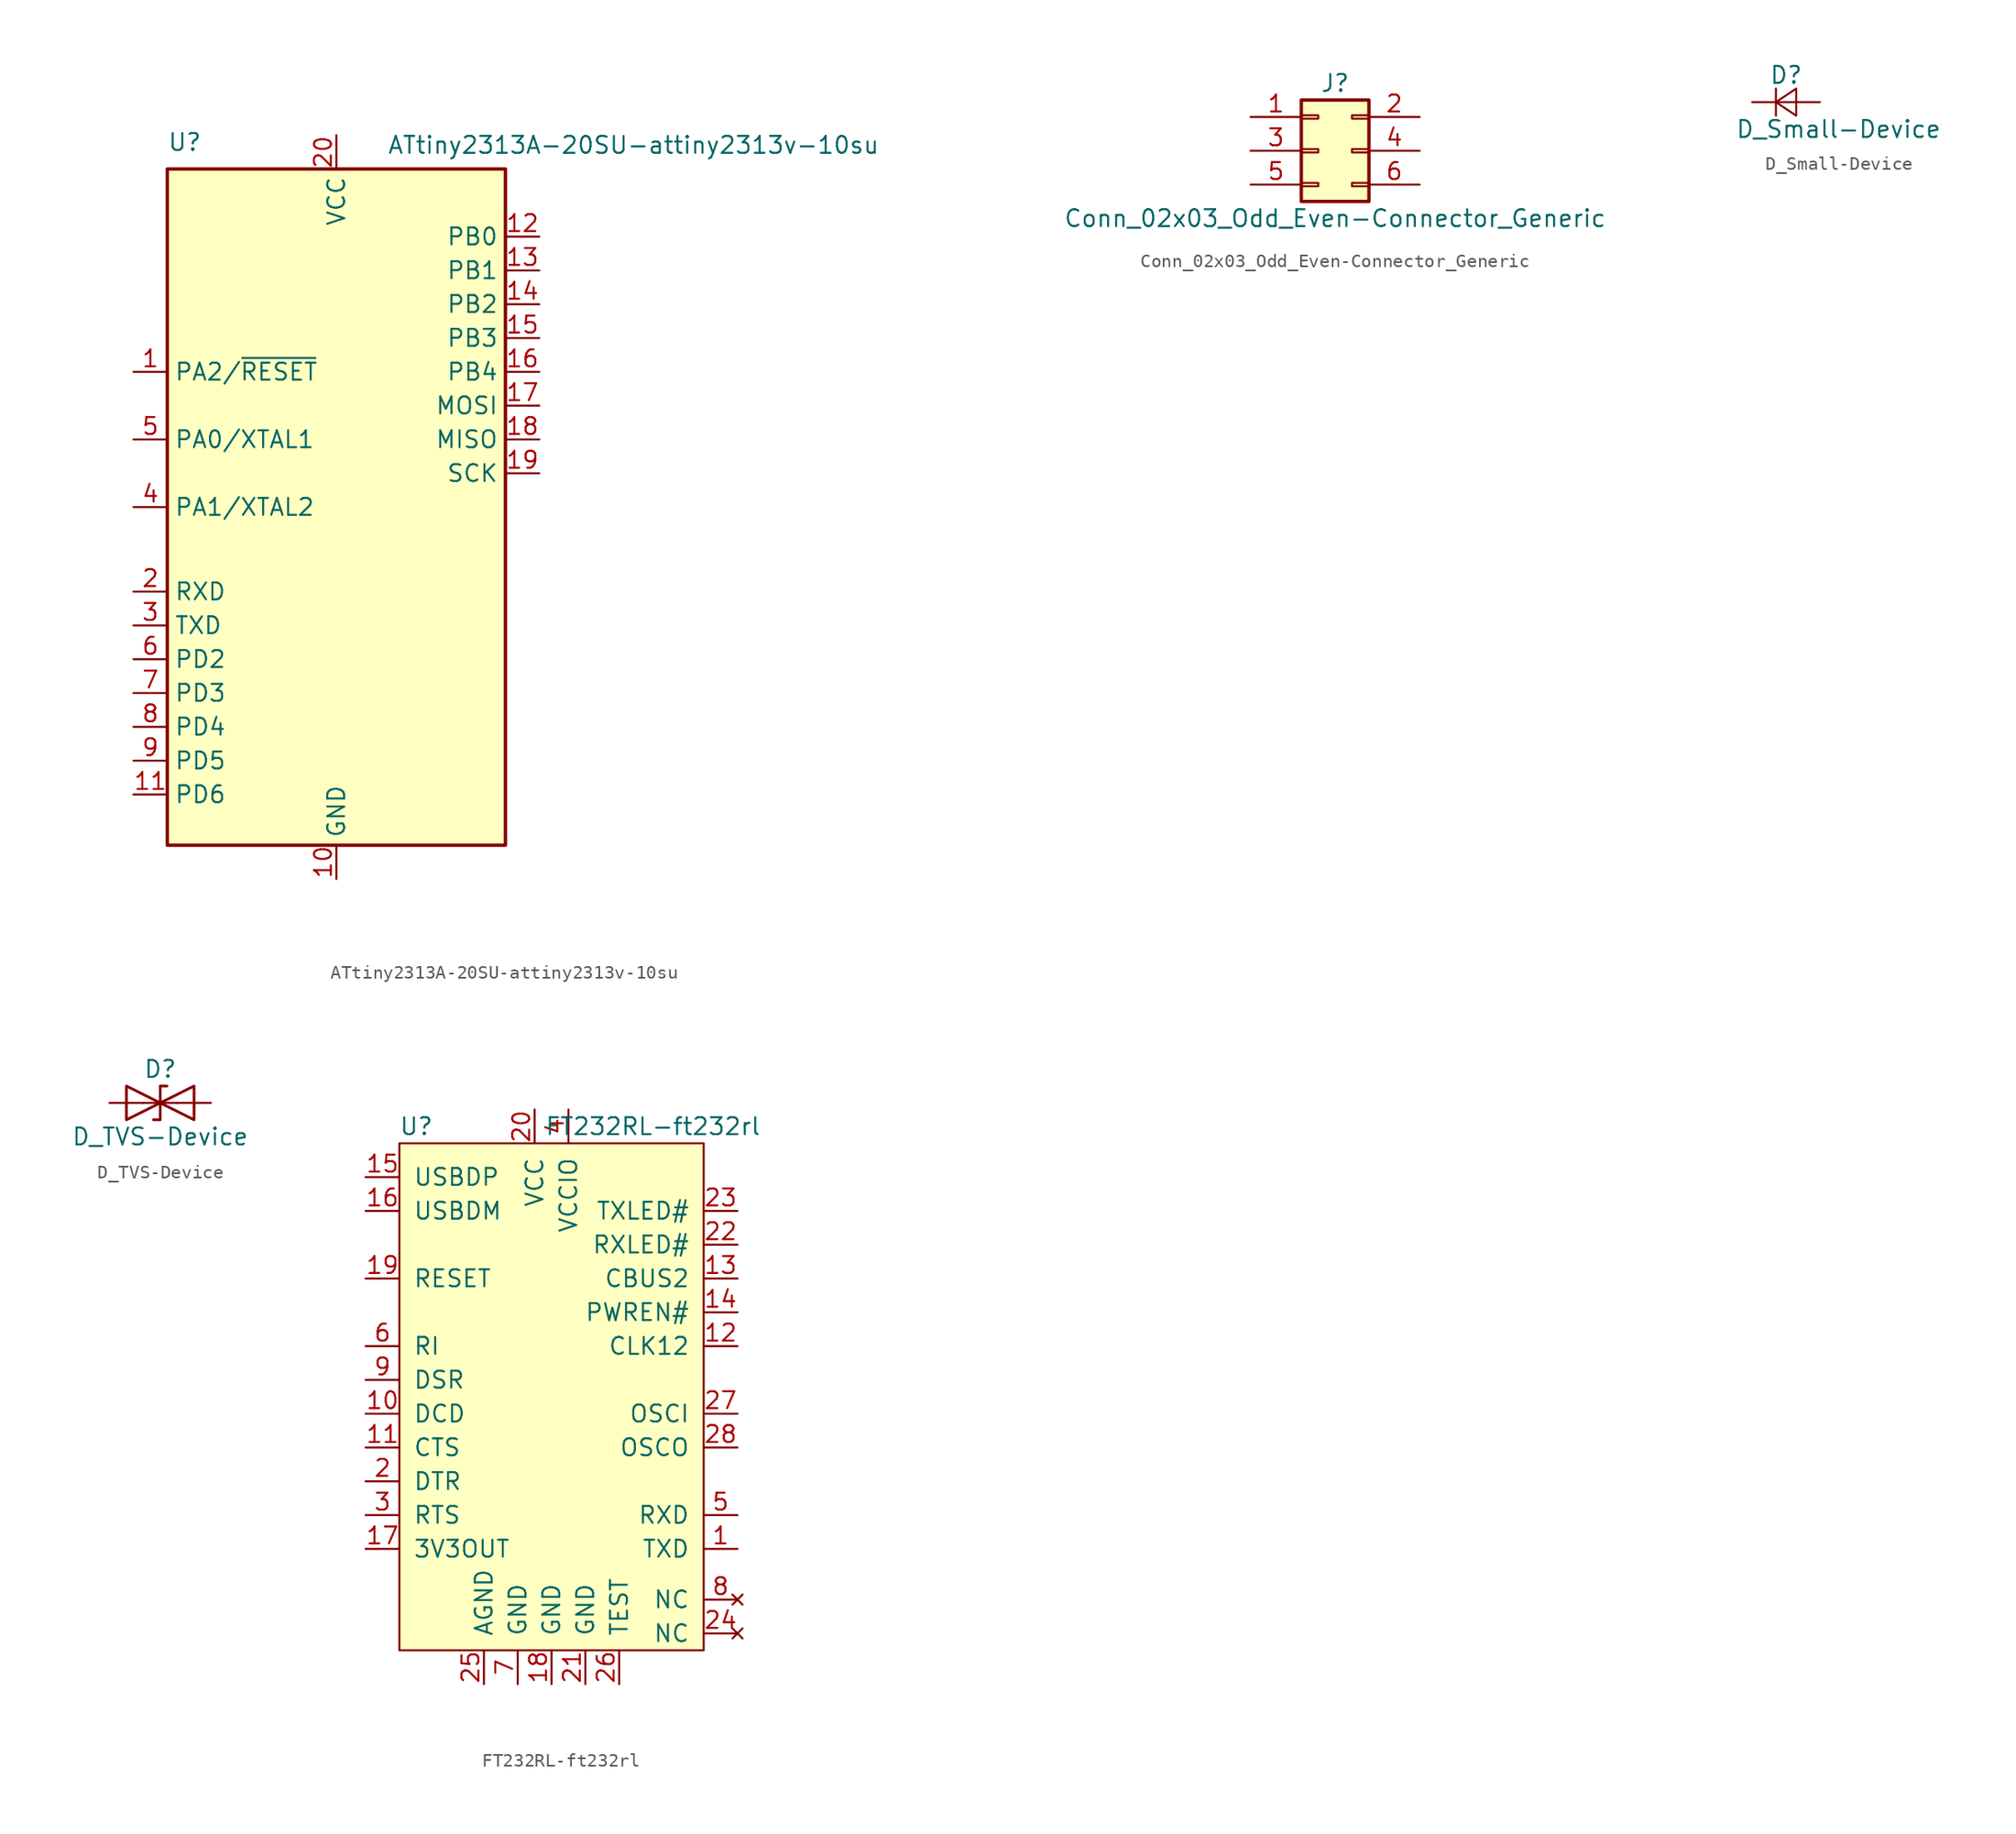
<source format=kicad_sym>
(kicad_symbol_lib
  (version 20201005)
  (generator kicad_symbol_editor)
  (symbol "ATtiny2313A-20SU-attiny2313v-10su"
    (property "Reference" "U"
      (at -12.7 26.67 0)
      (effects (font (size 1.27 1.27)) (justify left bottom)))
    (property "Value" "ATtiny2313A-20SU-attiny2313v-10su"
      (at 3.81 27.94 0)
      (effects (font (size 1.27 1.27)) (justify left top)))
    (symbol "ATtiny2313A-20SU-attiny2313v-10su_0_1"
      (rectangle (start -12.7 -25.4) (end 12.7 25.4) (stroke (width 0.254)) (fill (type background))))
    (symbol "ATtiny2313A-20SU-attiny2313v-10su_1_1"
      (pin tri_state line (at -15.24 10.16 0) (length 2.54) (name "PA2/~RESET" (effects (font (size 1.27 1.27)))) (number "1" (effects (font (size 1.27 1.27)))))
      (pin power_in line (at 0 -27.94 90) (length 2.54) (name "GND" (effects (font (size 1.27 1.27)))) (number "10" (effects (font (size 1.27 1.27)))))
      (pin tri_state line (at -15.24 -21.59 0) (length 2.54) (name "PD6" (effects (font (size 1.27 1.27)))) (number "11" (effects (font (size 1.27 1.27)))))
      (pin tri_state line (at 15.24 20.32 180) (length 2.54) (name "PB0" (effects (font (size 1.27 1.27)))) (number "12" (effects (font (size 1.27 1.27)))))
      (pin tri_state line (at 15.24 17.78 180) (length 2.54) (name "PB1" (effects (font (size 1.27 1.27)))) (number "13" (effects (font (size 1.27 1.27)))))
      (pin tri_state line (at 15.24 15.24 180) (length 2.54) (name "PB2" (effects (font (size 1.27 1.27)))) (number "14" (effects (font (size 1.27 1.27)))))
      (pin tri_state line (at 15.24 12.7 180) (length 2.54) (name "PB3" (effects (font (size 1.27 1.27)))) (number "15" (effects (font (size 1.27 1.27)))))
      (pin tri_state line (at 15.24 10.16 180) (length 2.54) (name "PB4" (effects (font (size 1.27 1.27)))) (number "16" (effects (font (size 1.27 1.27)))))
      (pin tri_state line (at 15.24 7.62 180) (length 2.54) (name "MOSI" (effects (font (size 1.27 1.27)))) (number "17" (effects (font (size 1.27 1.27)))))
      (pin tri_state line (at 15.24 5.08 180) (length 2.54) (name "MISO" (effects (font (size 1.27 1.27)))) (number "18" (effects (font (size 1.27 1.27)))))
      (pin tri_state line (at 15.24 2.54 180) (length 2.54) (name "SCK" (effects (font (size 1.27 1.27)))) (number "19" (effects (font (size 1.27 1.27)))))
      (pin input line (at -15.24 -6.35 0) (length 2.54) (name "RXD" (effects (font (size 1.27 1.27)))) (number "2" (effects (font (size 1.27 1.27)))))
      (pin power_in line (at 0 27.94 270) (length 2.54) (name "VCC" (effects (font (size 1.27 1.27)))) (number "20" (effects (font (size 1.27 1.27)))))
      (pin tri_state line (at -15.24 -8.89 0) (length 2.54) (name "TXD" (effects (font (size 1.27 1.27)))) (number "3" (effects (font (size 1.27 1.27)))))
      (pin tri_state line (at -15.24 0 0) (length 2.54) (name "PA1/XTAL2" (effects (font (size 1.27 1.27)))) (number "4" (effects (font (size 1.27 1.27)))))
      (pin tri_state line (at -15.24 5.08 0) (length 2.54) (name "PA0/XTAL1" (effects (font (size 1.27 1.27)))) (number "5" (effects (font (size 1.27 1.27)))))
      (pin tri_state line (at -15.24 -11.43 0) (length 2.54) (name "PD2" (effects (font (size 1.27 1.27)))) (number "6" (effects (font (size 1.27 1.27)))))
      (pin tri_state line (at -15.24 -13.97 0) (length 2.54) (name "PD3" (effects (font (size 1.27 1.27)))) (number "7" (effects (font (size 1.27 1.27)))))
      (pin tri_state line (at -15.24 -16.51 0) (length 2.54) (name "PD4" (effects (font (size 1.27 1.27)))) (number "8" (effects (font (size 1.27 1.27)))))
      (pin tri_state line (at -15.24 -19.05 0) (length 2.54) (name "PD5" (effects (font (size 1.27 1.27)))) (number "9" (effects (font (size 1.27 1.27)))))))
  (symbol "Conn_02x03_Odd_Even-Connector_Generic"
    (pin_names
      (offset 1.016) hide)
    (property "Reference" "J"
      (at 1.27 5.08 0)
      (effects (font (size 1.27 1.27))))
    (property "Value" "Conn_02x03_Odd_Even-Connector_Generic"
      (at 1.27 -5.08 0)
      (effects (font (size 1.27 1.27))))
    (symbol "Conn_02x03_Odd_Even-Connector_Generic_1_1"
      (rectangle (start -1.27 -2.413) (end 0 -2.667) (stroke (width 0.152)) (fill (type none)))
      (rectangle (start -1.27 0.127) (end 0 -0.127) (stroke (width 0.152)) (fill (type none)))
      (rectangle (start -1.27 2.667) (end 0 2.413) (stroke (width 0.152)) (fill (type none)))
      (rectangle (start 3.81 -2.413) (end 2.54 -2.667) (stroke (width 0.152)) (fill (type none)))
      (rectangle (start 3.81 0.127) (end 2.54 -0.127) (stroke (width 0.152)) (fill (type none)))
      (rectangle (start 3.81 2.667) (end 2.54 2.413) (stroke (width 0.152)) (fill (type none)))
      (rectangle (start -1.27 3.81) (end 3.81 -3.81) (stroke (width 0.254)) (fill (type background)))
      (pin passive line (at -5.08 2.54 0) (length 3.81) (name "Pin_1" (effects (font (size 1.27 1.27)))) (number "1" (effects (font (size 1.27 1.27)))))
      (pin passive line (at 7.62 2.54 180) (length 3.81) (name "Pin_2" (effects (font (size 1.27 1.27)))) (number "2" (effects (font (size 1.27 1.27)))))
      (pin passive line (at -5.08 0 0) (length 3.81) (name "Pin_3" (effects (font (size 1.27 1.27)))) (number "3" (effects (font (size 1.27 1.27)))))
      (pin passive line (at 7.62 0 180) (length 3.81) (name "Pin_4" (effects (font (size 1.27 1.27)))) (number "4" (effects (font (size 1.27 1.27)))))
      (pin passive line (at -5.08 -2.54 0) (length 3.81) (name "Pin_5" (effects (font (size 1.27 1.27)))) (number "5" (effects (font (size 1.27 1.27)))))
      (pin passive line (at 7.62 -2.54 180) (length 3.81) (name "Pin_6" (effects (font (size 1.27 1.27)))) (number "6" (effects (font (size 1.27 1.27)))))))
  (symbol "D_Small-Device"
    (pin_numbers hide)
    (pin_names
      (offset 0.254) hide)
    (property "Reference" "D"
      (at -1.27 2.032 0)
      (effects (font (size 1.27 1.27)) (justify left)))
    (property "Value" "D_Small-Device"
      (at -3.81 -2.032 0)
      (effects (font (size 1.27 1.27)) (justify left)))
    (symbol "D_Small-Device_0_1"
      (polyline (pts (xy -0.762 -1.016) (xy -0.762 1.016)) (stroke (width 0)) (fill (type none)))
      (polyline (pts (xy -0.762 0) (xy 0.762 0)) (stroke (width 0)) (fill (type none)))
      (polyline (pts (xy 0.762 -1.016) (xy -0.762 0) (xy 0.762 1.016) (xy 0.762 -1.016)) (stroke (width 0)) (fill (type none))))
    (symbol "D_Small-Device_1_1"
      (pin passive line (at -2.54 0 0) (length 1.778) (name "K" (effects (font (size 1.27 1.27)))) (number "1" (effects (font (size 1.27 1.27)))))
      (pin passive line (at 2.54 0 180) (length 1.778) (name "A" (effects (font (size 1.27 1.27)))) (number "2" (effects (font (size 1.27 1.27)))))))
  (symbol "D_TVS-Device"
    (pin_numbers hide)
    (pin_names
      (offset 1.016) hide)
    (property "Reference" "D"
      (at 0 2.54 0)
      (effects (font (size 1.27 1.27))))
    (property "Value" "D_TVS-Device"
      (at 0 -2.54 0)
      (effects (font (size 1.27 1.27))))
    (symbol "D_TVS-Device_0_1"
      (polyline (pts (xy 1.27 0) (xy -1.27 0)) (stroke (width 0)) (fill (type none)))
      (polyline (pts (xy -2.54 -1.27) (xy 0 0) (xy -2.54 1.27) (xy -2.54 -1.27)) (stroke (width 0.203)) (fill (type none)))
      (polyline (pts (xy 0.508 1.27) (xy 0 1.27) (xy 0 -1.27) (xy -0.508 -1.27)) (stroke (width 0.203)) (fill (type none)))
      (polyline (pts (xy 2.54 1.27) (xy 2.54 -1.27) (xy 0 0) (xy 2.54 1.27)) (stroke (width 0.203)) (fill (type none))))
    (symbol "D_TVS-Device_1_1"
      (pin passive line (at -3.81 0 0) (length 2.54) (name "A1" (effects (font (size 1.27 1.27)))) (number "1" (effects (font (size 1.27 1.27)))))
      (pin passive line (at 3.81 0 180) (length 2.54) (name "A2" (effects (font (size 1.27 1.27)))) (number "2" (effects (font (size 1.27 1.27)))))))
  (symbol "FT232RL-ft232rl"
    (pin_names
      (offset 1.016))
    (property "Reference" "U"
      (at -10.16 -10.16 0)
      (effects (font (size 1.27 1.27))))
    (property "Value" "FT232RL-ft232rl"
      (at 7.62 -10.16 0)
      (effects (font (size 1.27 1.27))))
    (symbol "FT232RL-ft232rl_1_1"
      (rectangle (start -11.43 -11.43) (end 11.43 -49.53) (stroke (width 0)) (fill (type background)))
      (pin output line (at 13.97 -41.91 180) (length 2.54) (name "TXD" (effects (font (size 1.27 1.27)))) (number "1" (effects (font (size 1.27 1.27)))))
      (pin input line (at -13.97 -31.75 0) (length 2.54) (name "DCD" (effects (font (size 1.27 1.27)))) (number "10" (effects (font (size 1.27 1.27)))))
      (pin input line (at -13.97 -34.29 0) (length 2.54) (name "CTS" (effects (font (size 1.27 1.27)))) (number "11" (effects (font (size 1.27 1.27)))))
      (pin bidirectional line (at 13.97 -26.67 180) (length 2.54) (name "CLK12" (effects (font (size 1.27 1.27)))) (number "12" (effects (font (size 1.27 1.27)))))
      (pin bidirectional line (at 13.97 -21.59 180) (length 2.54) (name "CBUS2" (effects (font (size 1.27 1.27)))) (number "13" (effects (font (size 1.27 1.27)))))
      (pin bidirectional line (at 13.97 -24.13 180) (length 2.54) (name "PWREN#" (effects (font (size 1.27 1.27)))) (number "14" (effects (font (size 1.27 1.27)))))
      (pin bidirectional line (at -13.97 -13.97 0) (length 2.54) (name "USBDP" (effects (font (size 1.27 1.27)))) (number "15" (effects (font (size 1.27 1.27)))))
      (pin bidirectional line (at -13.97 -16.51 0) (length 2.54) (name "USBDM" (effects (font (size 1.27 1.27)))) (number "16" (effects (font (size 1.27 1.27)))))
      (pin passive line (at -13.97 -41.91 0) (length 2.54) (name "3V3OUT" (effects (font (size 1.27 1.27)))) (number "17" (effects (font (size 1.27 1.27)))))
      (pin power_in line (at 0 -52.07 90) (length 2.54) (name "GND" (effects (font (size 1.27 1.27)))) (number "18" (effects (font (size 1.27 1.27)))))
      (pin input line (at -13.97 -21.59 0) (length 2.54) (name "RESET" (effects (font (size 1.27 1.27)))) (number "19" (effects (font (size 1.27 1.27)))))
      (pin output line (at -13.97 -36.83 0) (length 2.54) (name "DTR" (effects (font (size 1.27 1.27)))) (number "2" (effects (font (size 1.27 1.27)))))
      (pin power_in line (at -1.27 -8.89 270) (length 2.54) (name "VCC" (effects (font (size 1.27 1.27)))) (number "20" (effects (font (size 1.27 1.27)))))
      (pin power_in line (at 2.54 -52.07 90) (length 2.54) (name "GND" (effects (font (size 1.27 1.27)))) (number "21" (effects (font (size 1.27 1.27)))))
      (pin bidirectional line (at 13.97 -19.05 180) (length 2.54) (name "RXLED#" (effects (font (size 1.27 1.27)))) (number "22" (effects (font (size 1.27 1.27)))))
      (pin bidirectional line (at 13.97 -16.51 180) (length 2.54) (name "TXLED#" (effects (font (size 1.27 1.27)))) (number "23" (effects (font (size 1.27 1.27)))))
      (pin no_connect line (at 13.97 -48.26 180) (length 2.54) (name "NC" (effects (font (size 1.27 1.27)))) (number "24" (effects (font (size 1.27 1.27)))))
      (pin power_in line (at -5.08 -52.07 90) (length 2.54) (name "AGND" (effects (font (size 1.27 1.27)))) (number "25" (effects (font (size 1.27 1.27)))))
      (pin power_in line (at 5.08 -52.07 90) (length 2.54) (name "TEST" (effects (font (size 1.27 1.27)))) (number "26" (effects (font (size 1.27 1.27)))))
      (pin input line (at 13.97 -31.75 180) (length 2.54) (name "OSCI" (effects (font (size 1.27 1.27)))) (number "27" (effects (font (size 1.27 1.27)))))
      (pin output line (at 13.97 -34.29 180) (length 2.54) (name "OSCO" (effects (font (size 1.27 1.27)))) (number "28" (effects (font (size 1.27 1.27)))))
      (pin output line (at -13.97 -39.37 0) (length 2.54) (name "RTS" (effects (font (size 1.27 1.27)))) (number "3" (effects (font (size 1.27 1.27)))))
      (pin input line (at 1.27 -8.89 270) (length 2.54) (name "VCCIO" (effects (font (size 1.27 1.27)))) (number "4" (effects (font (size 1.27 1.27)))))
      (pin input line (at 13.97 -39.37 180) (length 2.54) (name "RXD" (effects (font (size 1.27 1.27)))) (number "5" (effects (font (size 1.27 1.27)))))
      (pin input line (at -13.97 -26.67 0) (length 2.54) (name "RI" (effects (font (size 1.27 1.27)))) (number "6" (effects (font (size 1.27 1.27)))))
      (pin power_in line (at -2.54 -52.07 90) (length 2.54) (name "GND" (effects (font (size 1.27 1.27)))) (number "7" (effects (font (size 1.27 1.27)))))
      (pin no_connect line (at 13.97 -45.72 180) (length 2.54) (name "NC" (effects (font (size 1.27 1.27)))) (number "8" (effects (font (size 1.27 1.27)))))
      (pin input line (at -13.97 -29.21 0) (length 2.54) (name "DSR" (effects (font (size 1.27 1.27)))) (number "9" (effects (font (size 1.27 1.27))))))))
</source>
